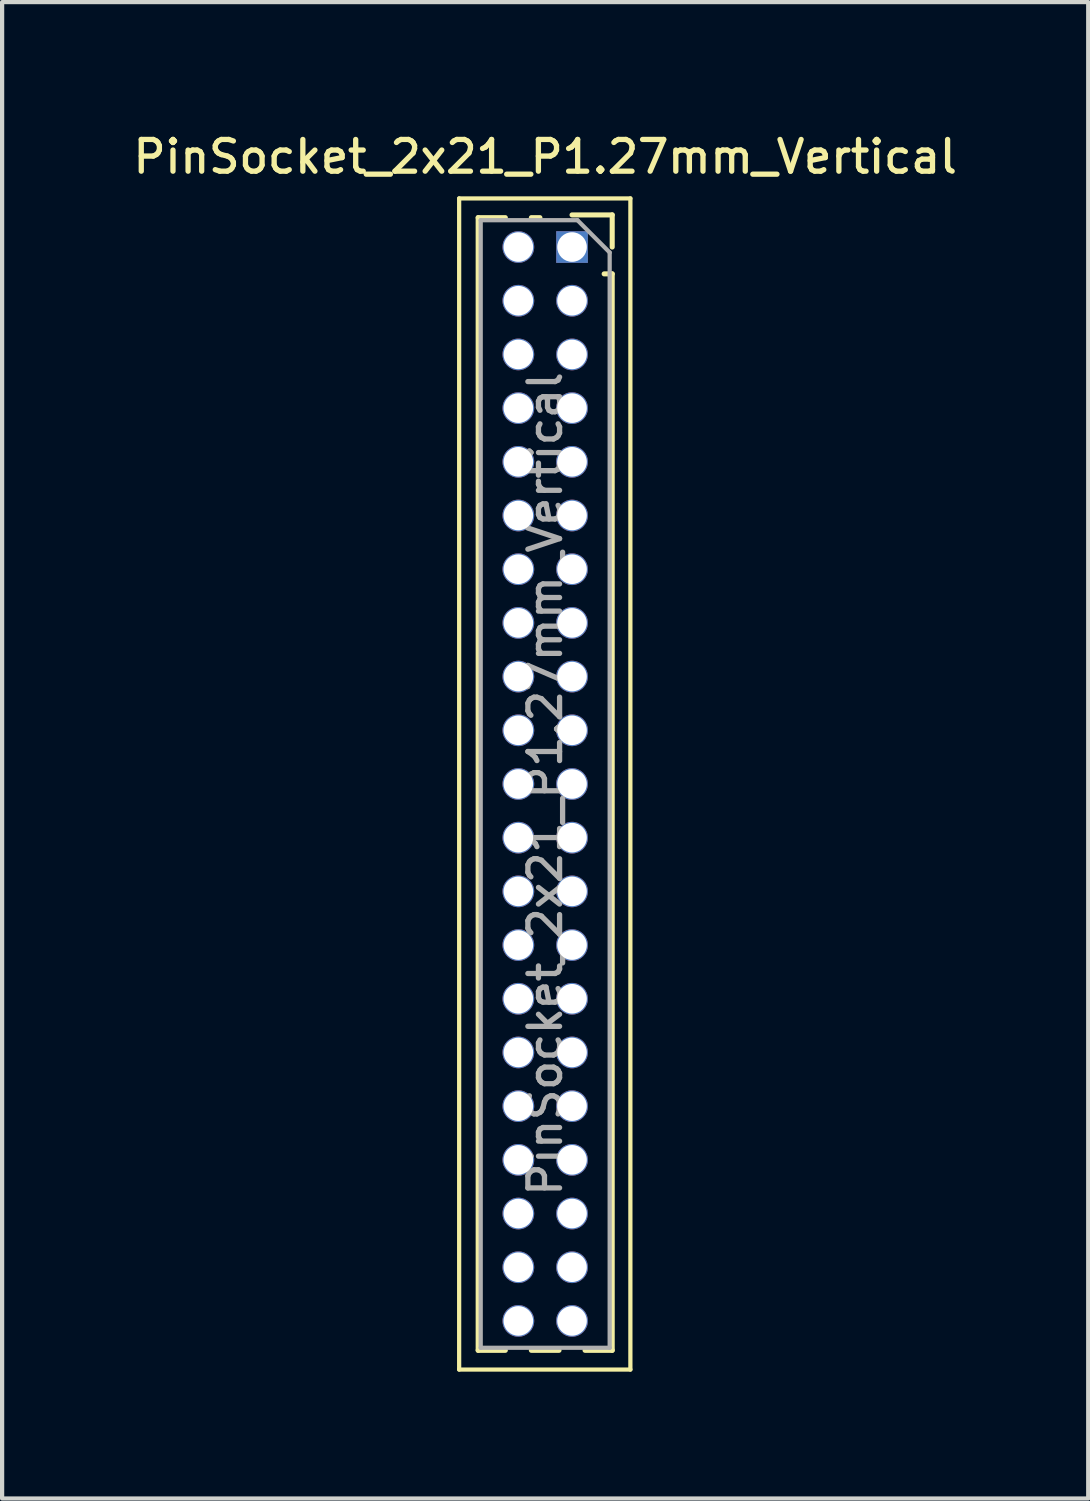
<source format=kicad_pcb>
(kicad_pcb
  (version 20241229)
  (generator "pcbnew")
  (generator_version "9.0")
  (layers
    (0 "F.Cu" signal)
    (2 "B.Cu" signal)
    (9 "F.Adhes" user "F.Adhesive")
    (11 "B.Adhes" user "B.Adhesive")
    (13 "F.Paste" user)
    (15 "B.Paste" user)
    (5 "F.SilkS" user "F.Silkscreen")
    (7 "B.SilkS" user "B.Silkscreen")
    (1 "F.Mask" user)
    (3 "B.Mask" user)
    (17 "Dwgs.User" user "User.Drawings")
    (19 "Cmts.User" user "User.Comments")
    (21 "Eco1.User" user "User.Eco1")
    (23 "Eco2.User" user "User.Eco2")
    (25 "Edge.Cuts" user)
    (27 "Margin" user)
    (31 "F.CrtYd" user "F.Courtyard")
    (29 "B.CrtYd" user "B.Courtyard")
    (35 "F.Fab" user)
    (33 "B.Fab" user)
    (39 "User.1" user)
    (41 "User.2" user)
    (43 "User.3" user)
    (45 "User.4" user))
  (footprint "PinSocket_2x21_P1.27mm_Vertical"
    (layer "F.Cu")
    (at 10.48 2.793)
    (property "Reference" "PinSocket_2x21_P1.27mm_Vertical" (at -0.635 -2.135 0) (layer "F.SilkS") (effects (font (size 0.75 0.75) (thickness 0.125))))
    (attr through_hole)
    (fp_line (start -2.67 -1.15) (end 1.38 -1.15) (stroke (width 0.1) (type solid)) (layer "F.SilkS"))
    (fp_line (start -2.67 26.55) (end -2.67 -1.15) (stroke (width 0.1) (type solid)) (layer "F.SilkS"))
    (fp_line (start -2.22 -0.695) (end -2.22 26.095) (stroke (width 0.12) (type solid)) (layer "F.SilkS"))
    (fp_line (start -2.22 -0.695) (end -1.578 -0.695) (stroke (width 0.12) (type solid)) (layer "F.SilkS"))
    (fp_line (start -2.22 26.095) (end -1.578 26.095) (stroke (width 0.12) (type solid)) (layer "F.SilkS"))
    (fp_line (start -0.962 -0.695) (end -0.76 -0.695) (stroke (width 0.12) (type solid)) (layer "F.SilkS"))
    (fp_line (start -0.962 26.095) (end -0.308 26.095) (stroke (width 0.12) (type solid)) (layer "F.SilkS"))
    (fp_line (start 0 -0.76) (end 0.95 -0.76) (stroke (width 0.12) (type solid)) (layer "F.SilkS"))
    (fp_line (start 0.308 26.095) (end 0.95 26.095) (stroke (width 0.12) (type solid)) (layer "F.SilkS"))
    (fp_line (start 0.76 0.635) (end 0.95 0.635) (stroke (width 0.12) (type solid)) (layer "F.SilkS"))
    (fp_line (start 0.95 -0.76) (end 0.95 0) (stroke (width 0.12) (type solid)) (layer "F.SilkS"))
    (fp_line (start 0.95 0.635) (end 0.95 26.095) (stroke (width 0.12) (type solid)) (layer "F.SilkS"))
    (fp_line (start 1.38 -1.15) (end 1.38 26.55) (stroke (width 0.1) (type solid)) (layer "F.SilkS"))
    (fp_line (start 1.38 26.55) (end -2.67 26.55) (stroke (width 0.1) (type solid)) (layer "F.SilkS"))
    (fp_line (start -2.16 -0.635) (end 0.128 -0.635) (stroke (width 0.1) (type solid)) (layer "F.Fab"))
    (fp_line (start -2.16 26.035) (end -2.16 -0.635) (stroke (width 0.1) (type solid)) (layer "F.Fab"))
    (fp_line (start 0.128 -0.635) (end 0.89 0.128) (stroke (width 0.1) (type solid)) (layer "F.Fab"))
    (fp_line (start 0.89 0.128) (end 0.89 26.035) (stroke (width 0.1) (type solid)) (layer "F.Fab"))
    (fp_line (start 0.89 26.035) (end -2.16 26.035) (stroke (width 0.1) (type solid)) (layer "F.Fab"))
    (fp_text user "${REFERENCE}" (at -0.635 12.7 90) (layer "F.Fab") (effects (font (size 0.75 0.75) (thickness 0.125))))
    (pad "1" thru_hole rect (at 0 0) (size 0.75 0.75) (drill 0.7) (layers "*.Cu" "*.Mask"))
    (pad "2" thru_hole oval (at -1.27 0) (size 0.75 0.75) (drill 0.7) (layers "*.Cu" "*.Mask"))
    (pad "3" thru_hole oval (at 0 1.27) (size 0.75 0.75) (drill 0.7) (layers "*.Cu" "*.Mask"))
    (pad "4" thru_hole oval (at -1.27 1.27) (size 0.75 0.75) (drill 0.7) (layers "*.Cu" "*.Mask"))
    (pad "5" thru_hole oval (at 0 2.54) (size 0.75 0.75) (drill 0.7) (layers "*.Cu" "*.Mask"))
    (pad "6" thru_hole oval (at -1.27 2.54) (size 0.75 0.75) (drill 0.7) (layers "*.Cu" "*.Mask"))
    (pad "7" thru_hole oval (at 0 3.81) (size 0.75 0.75) (drill 0.7) (layers "*.Cu" "*.Mask"))
    (pad "8" thru_hole oval (at -1.27 3.81) (size 0.75 0.75) (drill 0.7) (layers "*.Cu" "*.Mask"))
    (pad "9" thru_hole oval (at 0 5.08) (size 0.75 0.75) (drill 0.7) (layers "*.Cu" "*.Mask"))
    (pad "10" thru_hole oval (at -1.27 5.08) (size 0.75 0.75) (drill 0.7) (layers "*.Cu" "*.Mask"))
    (pad "11" thru_hole oval (at 0 6.35) (size 0.75 0.75) (drill 0.7) (layers "*.Cu" "*.Mask"))
    (pad "12" thru_hole oval (at -1.27 6.35) (size 0.75 0.75) (drill 0.7) (layers "*.Cu" "*.Mask"))
    (pad "13" thru_hole oval (at 0 7.62) (size 0.75 0.75) (drill 0.7) (layers "*.Cu" "*.Mask"))
    (pad "14" thru_hole oval (at -1.27 7.62) (size 0.75 0.75) (drill 0.7) (layers "*.Cu" "*.Mask"))
    (pad "15" thru_hole oval (at 0 8.89) (size 0.75 0.75) (drill 0.7) (layers "*.Cu" "*.Mask"))
    (pad "16" thru_hole oval (at -1.27 8.89) (size 0.75 0.75) (drill 0.7) (layers "*.Cu" "*.Mask"))
    (pad "17" thru_hole oval (at 0 10.16) (size 0.75 0.75) (drill 0.7) (layers "*.Cu" "*.Mask"))
    (pad "18" thru_hole oval (at -1.27 10.16) (size 0.75 0.75) (drill 0.7) (layers "*.Cu" "*.Mask"))
    (pad "19" thru_hole oval (at 0 11.43) (size 0.75 0.75) (drill 0.7) (layers "*.Cu" "*.Mask"))
    (pad "20" thru_hole oval (at -1.27 11.43) (size 0.75 0.75) (drill 0.7) (layers "*.Cu" "*.Mask"))
    (pad "21" thru_hole oval (at 0 12.7) (size 0.75 0.75) (drill 0.7) (layers "*.Cu" "*.Mask"))
    (pad "22" thru_hole oval (at -1.27 12.7) (size 0.75 0.75) (drill 0.7) (layers "*.Cu" "*.Mask"))
    (pad "23" thru_hole oval (at 0 13.97) (size 0.75 0.75) (drill 0.7) (layers "*.Cu" "*.Mask"))
    (pad "24" thru_hole oval (at -1.27 13.97) (size 0.75 0.75) (drill 0.7) (layers "*.Cu" "*.Mask"))
    (pad "25" thru_hole oval (at 0 15.24) (size 0.75 0.75) (drill 0.7) (layers "*.Cu" "*.Mask"))
    (pad "26" thru_hole oval (at -1.27 15.24) (size 0.75 0.75) (drill 0.7) (layers "*.Cu" "*.Mask"))
    (pad "27" thru_hole oval (at 0 16.51) (size 0.75 0.75) (drill 0.7) (layers "*.Cu" "*.Mask"))
    (pad "28" thru_hole oval (at -1.27 16.51) (size 0.75 0.75) (drill 0.7) (layers "*.Cu" "*.Mask"))
    (pad "29" thru_hole oval (at 0 17.78) (size 0.75 0.75) (drill 0.7) (layers "*.Cu" "*.Mask"))
    (pad "30" thru_hole oval (at -1.27 17.78) (size 0.75 0.75) (drill 0.7) (layers "*.Cu" "*.Mask"))
    (pad "31" thru_hole oval (at 0 19.05) (size 0.75 0.75) (drill 0.7) (layers "*.Cu" "*.Mask"))
    (pad "32" thru_hole oval (at -1.27 19.05) (size 0.75 0.75) (drill 0.7) (layers "*.Cu" "*.Mask"))
    (pad "33" thru_hole oval (at 0 20.32) (size 0.75 0.75) (drill 0.7) (layers "*.Cu" "*.Mask"))
    (pad "34" thru_hole oval (at -1.27 20.32) (size 0.75 0.75) (drill 0.7) (layers "*.Cu" "*.Mask"))
    (pad "35" thru_hole oval (at 0 21.59) (size 0.75 0.75) (drill 0.7) (layers "*.Cu" "*.Mask"))
    (pad "36" thru_hole oval (at -1.27 21.59) (size 0.75 0.75) (drill 0.7) (layers "*.Cu" "*.Mask"))
    (pad "37" thru_hole oval (at 0 22.86) (size 0.75 0.75) (drill 0.7) (layers "*.Cu" "*.Mask"))
    (pad "38" thru_hole oval (at -1.27 22.86) (size 0.75 0.75) (drill 0.7) (layers "*.Cu" "*.Mask"))
    (pad "39" thru_hole oval (at 0 24.13) (size 0.75 0.75) (drill 0.7) (layers "*.Cu" "*.Mask"))
    (pad "40" thru_hole oval (at -1.27 24.13) (size 0.75 0.75) (drill 0.7) (layers "*.Cu" "*.Mask"))
    (pad "41" thru_hole oval (at 0 25.4) (size 0.75 0.75) (drill 0.7) (layers "*.Cu" "*.Mask"))
    (pad "42" thru_hole oval (at -1.27 25.4) (size 0.75 0.75) (drill 0.7) (layers "*.Cu" "*.Mask")))
  (gr_rect
    (start -3 -3)
    (end 22.689 32.393)
    (stroke (width 0.1) (type default))
    (fill no)
    (layer "Edge.Cuts")))
</source>
